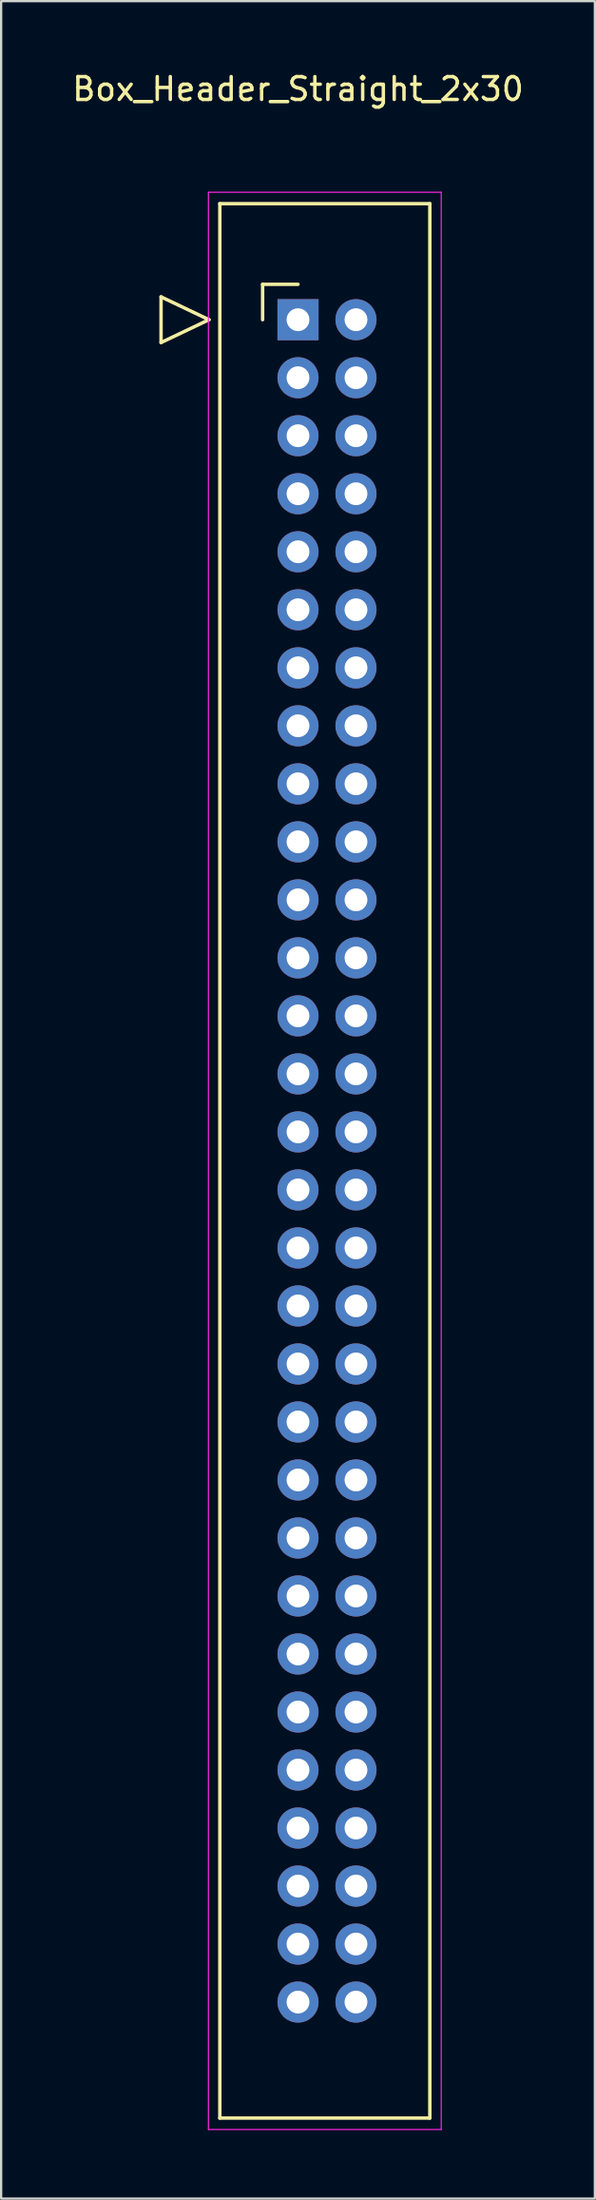
<source format=kicad_pcb>
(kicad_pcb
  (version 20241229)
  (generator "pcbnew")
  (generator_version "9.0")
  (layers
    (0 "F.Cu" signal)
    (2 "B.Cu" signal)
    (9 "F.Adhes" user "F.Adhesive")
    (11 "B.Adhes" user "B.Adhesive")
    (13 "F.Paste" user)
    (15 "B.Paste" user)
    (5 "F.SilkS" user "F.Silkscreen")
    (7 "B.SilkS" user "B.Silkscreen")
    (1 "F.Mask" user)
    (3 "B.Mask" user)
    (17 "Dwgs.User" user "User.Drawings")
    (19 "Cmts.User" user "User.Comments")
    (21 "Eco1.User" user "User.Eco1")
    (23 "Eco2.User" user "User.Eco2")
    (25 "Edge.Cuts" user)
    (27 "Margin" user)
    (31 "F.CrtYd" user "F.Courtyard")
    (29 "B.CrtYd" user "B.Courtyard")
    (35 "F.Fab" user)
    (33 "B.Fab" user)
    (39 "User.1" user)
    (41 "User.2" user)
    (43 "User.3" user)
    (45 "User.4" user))
  (footprint "Box_Header_Straight_2x30"
    (layer "F.Cu")
    (at 10.006 10.948)
    (property "Reference" "Box_Header_Straight_2x30" (at 0 -10.1 0) (layer "F.SilkS") (effects (font (size 1 1) (thickness 0.15))))
    (attr through_hole)
    (fp_line (start -6 -1) (end -3.9 0) (stroke (width 0.15) (type solid)) (layer "F.SilkS"))
    (fp_line (start -6 1) (end -6 -1) (stroke (width 0.15) (type solid)) (layer "F.SilkS"))
    (fp_line (start -3.9 0) (end -6 1) (stroke (width 0.15) (type solid)) (layer "F.SilkS"))
    (fp_line (start -3.425 -5.08) (end -3.425 78.74) (stroke (width 0.15) (type solid)) (layer "F.SilkS"))
    (fp_line (start -3.425 -5.08) (end 5.775 -5.08) (stroke (width 0.15) (type solid)) (layer "F.SilkS"))
    (fp_line (start -3.425 78.74) (end 5.775 78.74) (stroke (width 0.15) (type solid)) (layer "F.SilkS"))
    (fp_line (start -1.55 -1.55) (end -1.55 0) (stroke (width 0.15) (type solid)) (layer "F.SilkS"))
    (fp_line (start -1.55 -1.55) (end 0 -1.55) (stroke (width 0.15) (type solid)) (layer "F.SilkS"))
    (fp_line (start 5.775 -5.08) (end 5.775 78.74) (stroke (width 0.15) (type solid)) (layer "F.SilkS"))
    (fp_line (start -3.925 -5.58) (end -3.925 79.24) (stroke (width 0.05) (type solid)) (layer "F.CrtYd"))
    (fp_line (start -3.925 -5.58) (end 6.275 -5.58) (stroke (width 0.05) (type solid)) (layer "F.CrtYd"))
    (fp_line (start -3.925 79.24) (end 6.275 79.24) (stroke (width 0.05) (type solid)) (layer "F.CrtYd"))
    (fp_line (start 6.275 -5.58) (end 6.275 79.24) (stroke (width 0.05) (type solid)) (layer "F.CrtYd"))
    (pad "1" thru_hole rect (at 0 0) (size 1.8 1.8) (drill 1) (layers "*.Cu" "*.Mask"))
    (pad "2" thru_hole oval (at 2.54 0) (size 1.8 1.8) (drill 1) (layers "*.Cu" "*.Mask"))
    (pad "3" thru_hole oval (at 0 2.54) (size 1.8 1.8) (drill 1) (layers "*.Cu" "*.Mask"))
    (pad "4" thru_hole oval (at 2.54 2.54) (size 1.8 1.8) (drill 1) (layers "*.Cu" "*.Mask"))
    (pad "5" thru_hole oval (at 0 5.08) (size 1.8 1.8) (drill 1) (layers "*.Cu" "*.Mask"))
    (pad "6" thru_hole oval (at 2.54 5.08) (size 1.8 1.8) (drill 1) (layers "*.Cu" "*.Mask"))
    (pad "7" thru_hole oval (at 0 7.62) (size 1.8 1.8) (drill 1) (layers "*.Cu" "*.Mask"))
    (pad "8" thru_hole oval (at 2.54 7.62) (size 1.8 1.8) (drill 1) (layers "*.Cu" "*.Mask"))
    (pad "9" thru_hole oval (at 0 10.16) (size 1.8 1.8) (drill 1) (layers "*.Cu" "*.Mask"))
    (pad "10" thru_hole oval (at 2.54 10.16) (size 1.8 1.8) (drill 1) (layers "*.Cu" "*.Mask"))
    (pad "11" thru_hole oval (at 0 12.7) (size 1.8 1.8) (drill 1) (layers "*.Cu" "*.Mask"))
    (pad "12" thru_hole oval (at 2.54 12.7) (size 1.8 1.8) (drill 1) (layers "*.Cu" "*.Mask"))
    (pad "13" thru_hole oval (at 0 15.24) (size 1.8 1.8) (drill 1) (layers "*.Cu" "*.Mask"))
    (pad "14" thru_hole oval (at 2.54 15.24) (size 1.8 1.8) (drill 1) (layers "*.Cu" "*.Mask"))
    (pad "15" thru_hole oval (at 0 17.78) (size 1.8 1.8) (drill 1) (layers "*.Cu" "*.Mask"))
    (pad "16" thru_hole oval (at 2.54 17.78) (size 1.8 1.8) (drill 1) (layers "*.Cu" "*.Mask"))
    (pad "17" thru_hole oval (at 0 20.32) (size 1.8 1.8) (drill 1) (layers "*.Cu" "*.Mask"))
    (pad "18" thru_hole oval (at 2.54 20.32) (size 1.8 1.8) (drill 1) (layers "*.Cu" "*.Mask"))
    (pad "19" thru_hole oval (at 0 22.86) (size 1.8 1.8) (drill 1) (layers "*.Cu" "*.Mask"))
    (pad "20" thru_hole oval (at 2.54 22.86) (size 1.8 1.8) (drill 1) (layers "*.Cu" "*.Mask"))
    (pad "21" thru_hole oval (at 0 25.4) (size 1.8 1.8) (drill 1) (layers "*.Cu" "*.Mask"))
    (pad "22" thru_hole oval (at 2.54 25.4) (size 1.8 1.8) (drill 1) (layers "*.Cu" "*.Mask"))
    (pad "23" thru_hole oval (at 0 27.94) (size 1.8 1.8) (drill 1) (layers "*.Cu" "*.Mask"))
    (pad "24" thru_hole oval (at 2.54 27.94) (size 1.8 1.8) (drill 1) (layers "*.Cu" "*.Mask"))
    (pad "25" thru_hole oval (at 0 30.48) (size 1.8 1.8) (drill 1) (layers "*.Cu" "*.Mask"))
    (pad "26" thru_hole oval (at 2.54 30.48) (size 1.8 1.8) (drill 1) (layers "*.Cu" "*.Mask"))
    (pad "27" thru_hole oval (at 0 33.02) (size 1.8 1.8) (drill 1) (layers "*.Cu" "*.Mask"))
    (pad "28" thru_hole oval (at 2.54 33.02) (size 1.8 1.8) (drill 1) (layers "*.Cu" "*.Mask"))
    (pad "29" thru_hole oval (at 0 35.56) (size 1.8 1.8) (drill 1) (layers "*.Cu" "*.Mask"))
    (pad "30" thru_hole oval (at 2.54 35.56) (size 1.8 1.8) (drill 1) (layers "*.Cu" "*.Mask"))
    (pad "31" thru_hole oval (at 0 38.1) (size 1.8 1.8) (drill 1) (layers "*.Cu" "*.Mask"))
    (pad "32" thru_hole oval (at 2.54 38.1) (size 1.8 1.8) (drill 1) (layers "*.Cu" "*.Mask"))
    (pad "33" thru_hole oval (at 0 40.64) (size 1.8 1.8) (drill 1) (layers "*.Cu" "*.Mask"))
    (pad "34" thru_hole oval (at 2.54 40.64) (size 1.8 1.8) (drill 1) (layers "*.Cu" "*.Mask"))
    (pad "35" thru_hole oval (at 0 43.18) (size 1.8 1.8) (drill 1) (layers "*.Cu" "*.Mask"))
    (pad "36" thru_hole oval (at 2.54 43.18) (size 1.8 1.8) (drill 1) (layers "*.Cu" "*.Mask"))
    (pad "37" thru_hole oval (at 0 45.72) (size 1.8 1.8) (drill 1) (layers "*.Cu" "*.Mask"))
    (pad "38" thru_hole oval (at 2.54 45.72) (size 1.8 1.8) (drill 1) (layers "*.Cu" "*.Mask"))
    (pad "39" thru_hole oval (at 0 48.26) (size 1.8 1.8) (drill 1) (layers "*.Cu" "*.Mask"))
    (pad "40" thru_hole oval (at 2.54 48.26) (size 1.8 1.8) (drill 1) (layers "*.Cu" "*.Mask"))
    (pad "41" thru_hole oval (at 0 50.8) (size 1.8 1.8) (drill 1) (layers "*.Cu" "*.Mask"))
    (pad "42" thru_hole oval (at 2.54 50.8) (size 1.8 1.8) (drill 1) (layers "*.Cu" "*.Mask"))
    (pad "43" thru_hole oval (at 0 53.34) (size 1.8 1.8) (drill 1) (layers "*.Cu" "*.Mask"))
    (pad "44" thru_hole oval (at 2.54 53.34) (size 1.8 1.8) (drill 1) (layers "*.Cu" "*.Mask"))
    (pad "45" thru_hole oval (at 0 55.88) (size 1.8 1.8) (drill 1) (layers "*.Cu" "*.Mask"))
    (pad "46" thru_hole oval (at 2.54 55.88) (size 1.8 1.8) (drill 1) (layers "*.Cu" "*.Mask"))
    (pad "47" thru_hole oval (at 0 58.42) (size 1.8 1.8) (drill 1) (layers "*.Cu" "*.Mask"))
    (pad "48" thru_hole oval (at 2.54 58.42) (size 1.8 1.8) (drill 1) (layers "*.Cu" "*.Mask"))
    (pad "49" thru_hole oval (at 0 60.96) (size 1.8 1.8) (drill 1) (layers "*.Cu" "*.Mask"))
    (pad "50" thru_hole oval (at 2.54 60.96) (size 1.8 1.8) (drill 1) (layers "*.Cu" "*.Mask"))
    (pad "51" thru_hole oval (at 0 63.5) (size 1.8 1.8) (drill 1) (layers "*.Cu" "*.Mask"))
    (pad "52" thru_hole oval (at 2.54 63.5) (size 1.8 1.8) (drill 1) (layers "*.Cu" "*.Mask"))
    (pad "53" thru_hole oval (at 0 66.04) (size 1.8 1.8) (drill 1) (layers "*.Cu" "*.Mask"))
    (pad "54" thru_hole oval (at 2.54 66.04) (size 1.8 1.8) (drill 1) (layers "*.Cu" "*.Mask"))
    (pad "55" thru_hole oval (at 0 68.58) (size 1.8 1.8) (drill 1) (layers "*.Cu" "*.Mask"))
    (pad "56" thru_hole oval (at 2.54 68.58) (size 1.8 1.8) (drill 1) (layers "*.Cu" "*.Mask"))
    (pad "57" thru_hole oval (at 0 71.12) (size 1.8 1.8) (drill 1) (layers "*.Cu" "*.Mask"))
    (pad "58" thru_hole oval (at 2.54 71.12) (size 1.8 1.8) (drill 1) (layers "*.Cu" "*.Mask"))
    (pad "59" thru_hole oval (at 0 73.66) (size 1.8 1.8) (drill 1) (layers "*.Cu" "*.Mask"))
    (pad "60" thru_hole oval (at 2.54 73.66) (size 1.8 1.8) (drill 1) (layers "*.Cu" "*.Mask")))
  (gr_rect
    (start -3 -3)
    (end 23.012 93.213)
    (stroke (width 0.1) (type default))
    (fill no)
    (layer "Edge.Cuts")))
</source>
